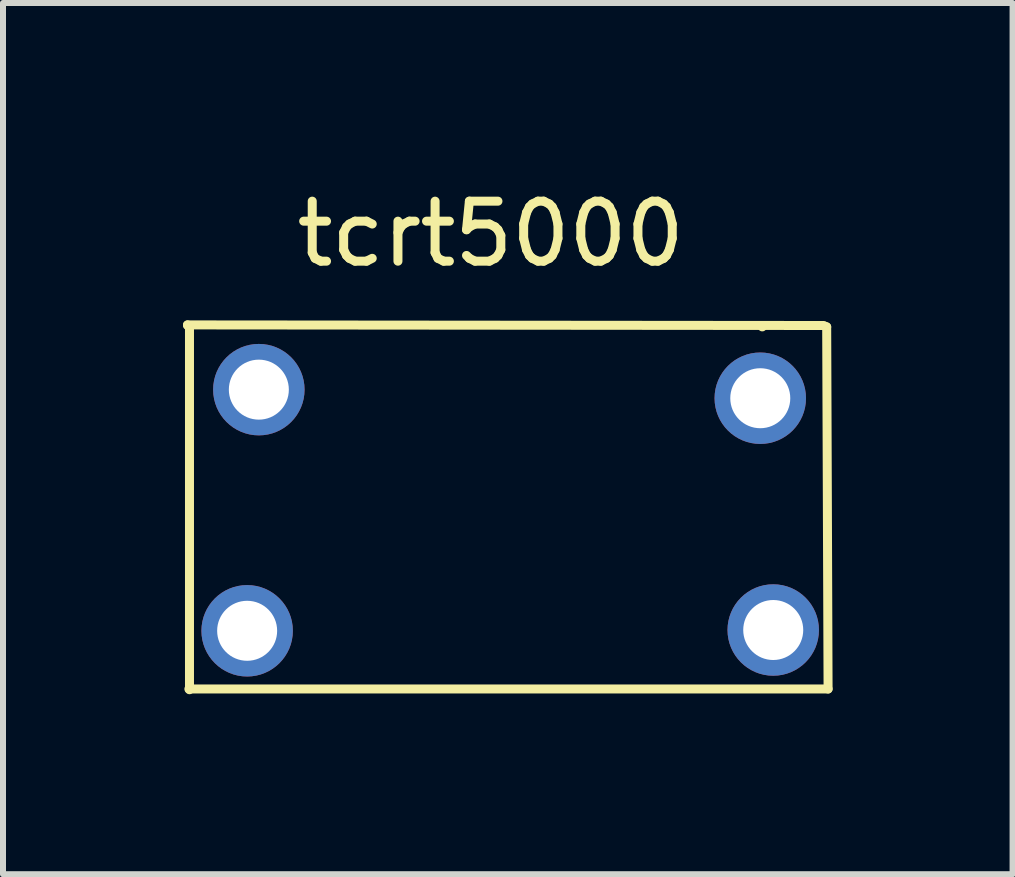
<source format=kicad_pcb>
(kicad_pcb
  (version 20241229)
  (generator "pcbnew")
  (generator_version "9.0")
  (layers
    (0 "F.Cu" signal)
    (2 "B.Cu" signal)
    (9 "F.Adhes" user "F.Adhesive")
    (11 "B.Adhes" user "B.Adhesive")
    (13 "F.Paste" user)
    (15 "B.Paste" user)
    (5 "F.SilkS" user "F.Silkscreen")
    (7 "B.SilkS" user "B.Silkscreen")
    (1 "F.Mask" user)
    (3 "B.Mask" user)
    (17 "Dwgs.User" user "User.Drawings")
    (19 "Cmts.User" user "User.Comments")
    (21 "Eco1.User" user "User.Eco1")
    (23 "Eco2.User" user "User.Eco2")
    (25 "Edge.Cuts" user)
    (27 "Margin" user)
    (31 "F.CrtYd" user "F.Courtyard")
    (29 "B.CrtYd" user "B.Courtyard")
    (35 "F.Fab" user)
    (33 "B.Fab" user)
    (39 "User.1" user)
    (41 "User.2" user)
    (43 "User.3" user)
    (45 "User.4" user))
  (footprint "tcrt5000"
    (layer "F.Cu")
    (at 5.13 0.348)
    (property "Reference" "tcrt5000" (at 0 0.5 0) (layer "F.SilkS") (effects (font (size 1 1) (thickness 0.15))))
    (attr through_hole)
    (fp_line (start -5.055 2.017) (end 5.547 2.027) (stroke (width 0.15) (type solid)) (layer "F.SilkS"))
    (fp_line (start -5.055 2.027) (end -5.055 2.017) (stroke (width 0.15) (type solid)) (layer "F.SilkS"))
    (fp_line (start -5.032 8.085) (end 5.621 8.085) (stroke (width 0.15) (type solid)) (layer "F.SilkS"))
    (fp_line (start -5.022 2.027) (end -5.022 8.097) (stroke (width 0.15) (type solid)) (layer "F.SilkS"))
    (fp_line (start 4.547 2.027) (end 4.524 2.05) (stroke (width 0.15) (type solid)) (layer "F.SilkS"))
    (fp_line (start 5.598 2.05) (end 5.575 2.04) (stroke (width 0.15) (type solid)) (layer "F.SilkS"))
    (fp_line (start 5.621 8.085) (end 5.598 2.05) (stroke (width 0.15) (type solid)) (layer "F.SilkS"))
    (pad "1" thru_hole circle (at -3.866 3.096) (size 1.524 1.524) (drill 1) (layers "*.Cu" "*.Mask"))
    (pad "2" thru_hole circle (at -4.061 7.115) (size 1.524 1.524) (drill 1) (layers "*.Cu" "*.Mask"))
    (pad "3" thru_hole circle (at 4.707 7.102) (size 1.524 1.524) (drill 1) (layers "*.Cu" "*.Mask"))
    (pad "4" thru_hole circle (at 4.491 3.239) (size 1.524 1.524) (drill 1) (layers "*.Cu" "*.Mask")))
  (gr_rect
    (start -3 -3)
    (end 13.826 11.52)
    (stroke (width 0.1) (type default))
    (fill no)
    (layer "Edge.Cuts")))
</source>
